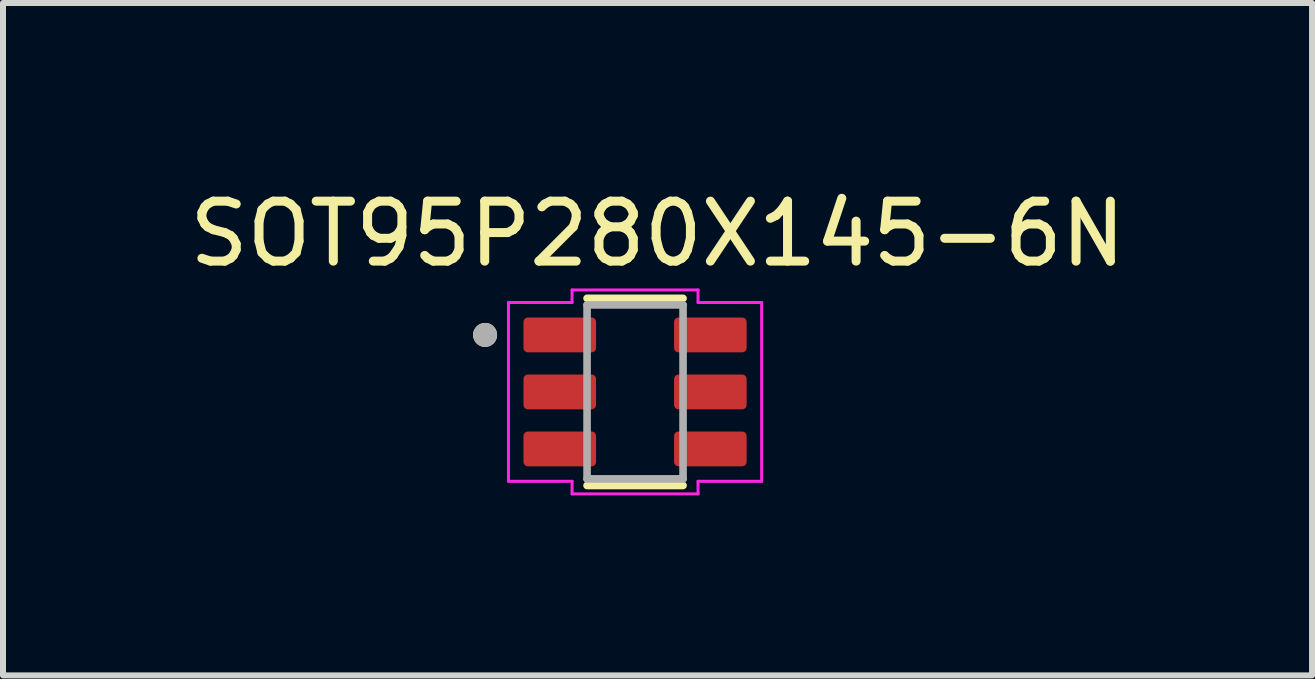
<source format=kicad_pcb>
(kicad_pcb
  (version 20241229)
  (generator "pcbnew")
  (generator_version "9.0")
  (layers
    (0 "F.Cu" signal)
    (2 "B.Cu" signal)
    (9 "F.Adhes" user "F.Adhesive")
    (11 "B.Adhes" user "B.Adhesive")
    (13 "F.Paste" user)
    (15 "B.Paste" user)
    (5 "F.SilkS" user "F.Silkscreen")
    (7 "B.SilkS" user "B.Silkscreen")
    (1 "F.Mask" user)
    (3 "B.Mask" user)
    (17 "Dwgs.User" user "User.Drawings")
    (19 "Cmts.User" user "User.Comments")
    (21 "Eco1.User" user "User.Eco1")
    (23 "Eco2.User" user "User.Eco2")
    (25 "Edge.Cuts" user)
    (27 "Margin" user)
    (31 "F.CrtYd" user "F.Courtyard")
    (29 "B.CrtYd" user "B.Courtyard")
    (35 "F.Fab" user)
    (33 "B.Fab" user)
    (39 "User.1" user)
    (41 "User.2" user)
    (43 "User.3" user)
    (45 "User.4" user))
  (footprint "SOT95P280X145-6N"
    (layer "F.Cu")
    (at 7.536 3.483)
    (property "Reference" "SOT95P280X145-6N" (at 0.375 -2.635 0) (layer "F.SilkS") (effects (font (size 1 1) (thickness 0.15))))
    (attr smd)
    (fp_line (start -0.8 1.56) (end 0.8 1.56) (stroke (width 0.127) (type solid)) (layer "F.SilkS"))
    (fp_line (start 0.8 -1.56) (end -0.8 -1.56) (stroke (width 0.127) (type solid)) (layer "F.SilkS"))
    (fp_circle (center -2.5 -0.95) (end -2.4 -0.95) (stroke (width 0.2) (type solid)) (fill no) (layer "F.SilkS"))
    (fp_line (start -2.11 -1.49) (end -2.11 1.49) (stroke (width 0.05) (type solid)) (layer "F.CrtYd"))
    (fp_line (start -2.11 -1.49) (end -1.05 -1.49) (stroke (width 0.05) (type solid)) (layer "F.CrtYd"))
    (fp_line (start -2.11 1.49) (end -1.05 1.49) (stroke (width 0.05) (type solid)) (layer "F.CrtYd"))
    (fp_line (start -1.05 -1.49) (end -1.05 -1.7) (stroke (width 0.05) (type solid)) (layer "F.CrtYd"))
    (fp_line (start -1.05 1.49) (end -1.05 1.7) (stroke (width 0.05) (type solid)) (layer "F.CrtYd"))
    (fp_line (start -1.05 1.7) (end 1.05 1.7) (stroke (width 0.05) (type solid)) (layer "F.CrtYd"))
    (fp_line (start 1.05 -1.7) (end -1.05 -1.7) (stroke (width 0.05) (type solid)) (layer "F.CrtYd"))
    (fp_line (start 1.05 -1.49) (end 1.05 -1.7) (stroke (width 0.05) (type solid)) (layer "F.CrtYd"))
    (fp_line (start 1.05 1.49) (end 1.05 1.7) (stroke (width 0.05) (type solid)) (layer "F.CrtYd"))
    (fp_line (start 2.11 -1.49) (end 1.05 -1.49) (stroke (width 0.05) (type solid)) (layer "F.CrtYd"))
    (fp_line (start 2.11 1.49) (end 1.05 1.49) (stroke (width 0.05) (type solid)) (layer "F.CrtYd"))
    (fp_line (start 2.11 1.49) (end 2.11 -1.49) (stroke (width 0.05) (type solid)) (layer "F.CrtYd"))
    (fp_line (start -0.8 -1.45) (end -0.8 1.45) (stroke (width 0.127) (type solid)) (layer "F.Fab"))
    (fp_line (start -0.8 1.45) (end 0.8 1.45) (stroke (width 0.127) (type solid)) (layer "F.Fab"))
    (fp_line (start 0.8 -1.45) (end -0.8 -1.45) (stroke (width 0.127) (type solid)) (layer "F.Fab"))
    (fp_line (start 0.8 1.45) (end 0.8 -1.45) (stroke (width 0.127) (type solid)) (layer "F.Fab"))
    (fp_circle (center -2.5 -0.95) (end -2.4 -0.95) (stroke (width 0.2) (type solid)) (fill no) (layer "F.Fab"))
    (pad "1" smd roundrect (at -1.255 -0.95) (size 1.21 0.58) (layers "F.Cu" "F.Mask" "F.Paste") (roundrect_rratio 0.125))
    (pad "2" smd roundrect (at -1.255 0) (size 1.21 0.58) (layers "F.Cu" "F.Mask" "F.Paste") (roundrect_rratio 0.125))
    (pad "3" smd roundrect (at -1.255 0.95) (size 1.21 0.58) (layers "F.Cu" "F.Mask" "F.Paste") (roundrect_rratio 0.125))
    (pad "4" smd roundrect (at 1.255 0.95) (size 1.21 0.58) (layers "F.Cu" "F.Mask" "F.Paste") (roundrect_rratio 0.125))
    (pad "5" smd roundrect (at 1.255 0) (size 1.21 0.58) (layers "F.Cu" "F.Mask" "F.Paste") (roundrect_rratio 0.125))
    (pad "6" smd roundrect (at 1.255 -0.95) (size 1.21 0.58) (layers "F.Cu" "F.Mask" "F.Paste") (roundrect_rratio 0.125)))
  (gr_rect
    (start -3 -3)
    (end 18.821 8.208)
    (stroke (width 0.1) (type default))
    (fill no)
    (layer "Edge.Cuts")))
</source>
